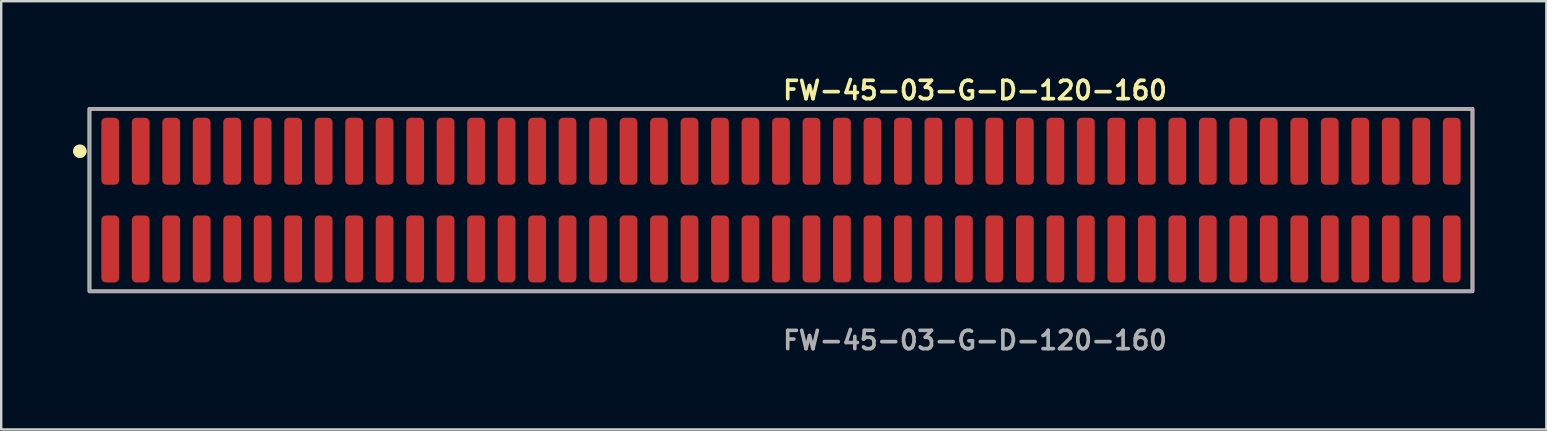
<source format=kicad_pcb>
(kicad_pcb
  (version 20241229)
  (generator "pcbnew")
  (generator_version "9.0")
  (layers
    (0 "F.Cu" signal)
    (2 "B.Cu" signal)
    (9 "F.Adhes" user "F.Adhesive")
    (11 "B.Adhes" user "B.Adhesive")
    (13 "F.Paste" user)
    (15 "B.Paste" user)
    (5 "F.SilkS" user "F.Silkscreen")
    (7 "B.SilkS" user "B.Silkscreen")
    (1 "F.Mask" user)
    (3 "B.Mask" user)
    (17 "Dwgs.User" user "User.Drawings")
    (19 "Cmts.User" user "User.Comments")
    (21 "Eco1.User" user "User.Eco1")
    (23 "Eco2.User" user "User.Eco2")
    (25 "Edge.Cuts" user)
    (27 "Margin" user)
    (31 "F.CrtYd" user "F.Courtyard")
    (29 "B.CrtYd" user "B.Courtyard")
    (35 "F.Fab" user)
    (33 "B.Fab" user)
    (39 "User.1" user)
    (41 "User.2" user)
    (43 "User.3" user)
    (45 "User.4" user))
  (footprint "FW-45-03-G-D-120-160"
    (layer "F.Cu")
    (at 29.481 5.285)
    (property "Reference" "FW-45-03-G-D-120-160" (at 0 -4.572 0) (unlocked yes) (layer "F.SilkS") (effects (font (size 0.762 0.762) (thickness 0.152)) (justify left)))
    (fp_rect (start -28.805 3.8) (end 28.805 -3.8) (stroke (width 0.152) (type solid)) (fill no) (layer "F.SilkS"))
    (fp_circle (center -29.205 -2.035) (end -29.405 -2.035) (stroke (width 0.152) (type solid)) (fill yes) (layer "F.SilkS"))
    (fp_circle (center -29.205 -2.035) (end -29.405 -2.035) (stroke (width 0.152) (type solid)) (fill yes) (layer "F.SilkS"))
    (fp_rect (start -28.805 3.8) (end 28.805 -3.8) (stroke (width 0.006) (type solid)) (fill no) (layer "F.CrtYd"))
    (fp_rect (start -28.805 3.8) (end 28.805 -3.8) (stroke (width 0.152) (type solid)) (fill no) (layer "F.Fab"))
    (fp_text user "${REFERENCE}" (at 0 5.842 0) (unlocked yes) (layer "F.Fab") (effects (font (size 0.762 0.762) (thickness 0.152)) (justify left)))
    (pad "1" smd roundrect (at -27.94 -2.035) (size 0.74 2.79) (layers "F.Cu" "F.Paste") (roundrect_rratio 0.25))
    (pad "2" smd roundrect (at -27.94 2.035) (size 0.74 2.79) (layers "F.Cu" "F.Paste") (roundrect_rratio 0.25))
    (pad "3" smd roundrect (at -26.67 -2.035) (size 0.74 2.79) (layers "F.Cu" "F.Paste") (roundrect_rratio 0.25))
    (pad "4" smd roundrect (at -26.67 2.035) (size 0.74 2.79) (layers "F.Cu" "F.Paste") (roundrect_rratio 0.25))
    (pad "5" smd roundrect (at -25.4 -2.035) (size 0.74 2.79) (layers "F.Cu" "F.Paste") (roundrect_rratio 0.25))
    (pad "6" smd roundrect (at -25.4 2.035) (size 0.74 2.79) (layers "F.Cu" "F.Paste") (roundrect_rratio 0.25))
    (pad "7" smd roundrect (at -24.13 -2.035) (size 0.74 2.79) (layers "F.Cu" "F.Paste") (roundrect_rratio 0.25))
    (pad "8" smd roundrect (at -24.13 2.035) (size 0.74 2.79) (layers "F.Cu" "F.Paste") (roundrect_rratio 0.25))
    (pad "9" smd roundrect (at -22.86 -2.035) (size 0.74 2.79) (layers "F.Cu" "F.Paste") (roundrect_rratio 0.25))
    (pad "10" smd roundrect (at -22.86 2.035) (size 0.74 2.79) (layers "F.Cu" "F.Paste") (roundrect_rratio 0.25))
    (pad "11" smd roundrect (at -21.59 -2.035) (size 0.74 2.79) (layers "F.Cu" "F.Paste") (roundrect_rratio 0.25))
    (pad "12" smd roundrect (at -21.59 2.035) (size 0.74 2.79) (layers "F.Cu" "F.Paste") (roundrect_rratio 0.25))
    (pad "13" smd roundrect (at -20.32 -2.035) (size 0.74 2.79) (layers "F.Cu" "F.Paste") (roundrect_rratio 0.25))
    (pad "14" smd roundrect (at -20.32 2.035) (size 0.74 2.79) (layers "F.Cu" "F.Paste") (roundrect_rratio 0.25))
    (pad "15" smd roundrect (at -19.05 -2.035) (size 0.74 2.79) (layers "F.Cu" "F.Paste") (roundrect_rratio 0.25))
    (pad "16" smd roundrect (at -19.05 2.035) (size 0.74 2.79) (layers "F.Cu" "F.Paste") (roundrect_rratio 0.25))
    (pad "17" smd roundrect (at -17.78 -2.035) (size 0.74 2.79) (layers "F.Cu" "F.Paste") (roundrect_rratio 0.25))
    (pad "18" smd roundrect (at -17.78 2.035) (size 0.74 2.79) (layers "F.Cu" "F.Paste") (roundrect_rratio 0.25))
    (pad "19" smd roundrect (at -16.51 -2.035) (size 0.74 2.79) (layers "F.Cu" "F.Paste") (roundrect_rratio 0.25))
    (pad "20" smd roundrect (at -16.51 2.035) (size 0.74 2.79) (layers "F.Cu" "F.Paste") (roundrect_rratio 0.25))
    (pad "21" smd roundrect (at -15.24 -2.035) (size 0.74 2.79) (layers "F.Cu" "F.Paste") (roundrect_rratio 0.25))
    (pad "22" smd roundrect (at -15.24 2.035) (size 0.74 2.79) (layers "F.Cu" "F.Paste") (roundrect_rratio 0.25))
    (pad "23" smd roundrect (at -13.97 -2.035) (size 0.74 2.79) (layers "F.Cu" "F.Paste") (roundrect_rratio 0.25))
    (pad "24" smd roundrect (at -13.97 2.035) (size 0.74 2.79) (layers "F.Cu" "F.Paste") (roundrect_rratio 0.25))
    (pad "25" smd roundrect (at -12.7 -2.035) (size 0.74 2.79) (layers "F.Cu" "F.Paste") (roundrect_rratio 0.25))
    (pad "26" smd roundrect (at -12.7 2.035) (size 0.74 2.79) (layers "F.Cu" "F.Paste") (roundrect_rratio 0.25))
    (pad "27" smd roundrect (at -11.43 -2.035) (size 0.74 2.79) (layers "F.Cu" "F.Paste") (roundrect_rratio 0.25))
    (pad "28" smd roundrect (at -11.43 2.035) (size 0.74 2.79) (layers "F.Cu" "F.Paste") (roundrect_rratio 0.25))
    (pad "29" smd roundrect (at -10.16 -2.035) (size 0.74 2.79) (layers "F.Cu" "F.Paste") (roundrect_rratio 0.25))
    (pad "30" smd roundrect (at -10.16 2.035) (size 0.74 2.79) (layers "F.Cu" "F.Paste") (roundrect_rratio 0.25))
    (pad "31" smd roundrect (at -8.89 -2.035) (size 0.74 2.79) (layers "F.Cu" "F.Paste") (roundrect_rratio 0.25))
    (pad "32" smd roundrect (at -8.89 2.035) (size 0.74 2.79) (layers "F.Cu" "F.Paste") (roundrect_rratio 0.25))
    (pad "33" smd roundrect (at -7.62 -2.035) (size 0.74 2.79) (layers "F.Cu" "F.Paste") (roundrect_rratio 0.25))
    (pad "34" smd roundrect (at -7.62 2.035) (size 0.74 2.79) (layers "F.Cu" "F.Paste") (roundrect_rratio 0.25))
    (pad "35" smd roundrect (at -6.35 -2.035) (size 0.74 2.79) (layers "F.Cu" "F.Paste") (roundrect_rratio 0.25))
    (pad "36" smd roundrect (at -6.35 2.035) (size 0.74 2.79) (layers "F.Cu" "F.Paste") (roundrect_rratio 0.25))
    (pad "37" smd roundrect (at -5.08 -2.035) (size 0.74 2.79) (layers "F.Cu" "F.Paste") (roundrect_rratio 0.25))
    (pad "38" smd roundrect (at -5.08 2.035) (size 0.74 2.79) (layers "F.Cu" "F.Paste") (roundrect_rratio 0.25))
    (pad "39" smd roundrect (at -3.81 -2.035) (size 0.74 2.79) (layers "F.Cu" "F.Paste") (roundrect_rratio 0.25))
    (pad "40" smd roundrect (at -3.81 2.035) (size 0.74 2.79) (layers "F.Cu" "F.Paste") (roundrect_rratio 0.25))
    (pad "41" smd roundrect (at -2.54 -2.035) (size 0.74 2.79) (layers "F.Cu" "F.Paste") (roundrect_rratio 0.25))
    (pad "42" smd roundrect (at -2.54 2.035) (size 0.74 2.79) (layers "F.Cu" "F.Paste") (roundrect_rratio 0.25))
    (pad "43" smd roundrect (at -1.27 -2.035) (size 0.74 2.79) (layers "F.Cu" "F.Paste") (roundrect_rratio 0.25))
    (pad "44" smd roundrect (at -1.27 2.035) (size 0.74 2.79) (layers "F.Cu" "F.Paste") (roundrect_rratio 0.25))
    (pad "45" smd roundrect (at 0 -2.035) (size 0.74 2.79) (layers "F.Cu" "F.Paste") (roundrect_rratio 0.25))
    (pad "46" smd roundrect (at 0 2.035) (size 0.74 2.79) (layers "F.Cu" "F.Paste") (roundrect_rratio 0.25))
    (pad "47" smd roundrect (at 1.27 -2.035) (size 0.74 2.79) (layers "F.Cu" "F.Paste") (roundrect_rratio 0.25))
    (pad "48" smd roundrect (at 1.27 2.035) (size 0.74 2.79) (layers "F.Cu" "F.Paste") (roundrect_rratio 0.25))
    (pad "49" smd roundrect (at 2.54 -2.035) (size 0.74 2.79) (layers "F.Cu" "F.Paste") (roundrect_rratio 0.25))
    (pad "50" smd roundrect (at 2.54 2.035) (size 0.74 2.79) (layers "F.Cu" "F.Paste") (roundrect_rratio 0.25))
    (pad "51" smd roundrect (at 3.81 -2.035) (size 0.74 2.79) (layers "F.Cu" "F.Paste") (roundrect_rratio 0.25))
    (pad "52" smd roundrect (at 3.81 2.035) (size 0.74 2.79) (layers "F.Cu" "F.Paste") (roundrect_rratio 0.25))
    (pad "53" smd roundrect (at 5.08 -2.035) (size 0.74 2.79) (layers "F.Cu" "F.Paste") (roundrect_rratio 0.25))
    (pad "54" smd roundrect (at 5.08 2.035) (size 0.74 2.79) (layers "F.Cu" "F.Paste") (roundrect_rratio 0.25))
    (pad "55" smd roundrect (at 6.35 -2.035) (size 0.74 2.79) (layers "F.Cu" "F.Paste") (roundrect_rratio 0.25))
    (pad "56" smd roundrect (at 6.35 2.035) (size 0.74 2.79) (layers "F.Cu" "F.Paste") (roundrect_rratio 0.25))
    (pad "57" smd roundrect (at 7.62 -2.035) (size 0.74 2.79) (layers "F.Cu" "F.Paste") (roundrect_rratio 0.25))
    (pad "58" smd roundrect (at 7.62 2.035) (size 0.74 2.79) (layers "F.Cu" "F.Paste") (roundrect_rratio 0.25))
    (pad "59" smd roundrect (at 8.89 -2.035) (size 0.74 2.79) (layers "F.Cu" "F.Paste") (roundrect_rratio 0.25))
    (pad "60" smd roundrect (at 8.89 2.035) (size 0.74 2.79) (layers "F.Cu" "F.Paste") (roundrect_rratio 0.25))
    (pad "61" smd roundrect (at 10.16 -2.035) (size 0.74 2.79) (layers "F.Cu" "F.Paste") (roundrect_rratio 0.25))
    (pad "62" smd roundrect (at 10.16 2.035) (size 0.74 2.79) (layers "F.Cu" "F.Paste") (roundrect_rratio 0.25))
    (pad "63" smd roundrect (at 11.43 -2.035) (size 0.74 2.79) (layers "F.Cu" "F.Paste") (roundrect_rratio 0.25))
    (pad "64" smd roundrect (at 11.43 2.035) (size 0.74 2.79) (layers "F.Cu" "F.Paste") (roundrect_rratio 0.25))
    (pad "65" smd roundrect (at 12.7 -2.035) (size 0.74 2.79) (layers "F.Cu" "F.Paste") (roundrect_rratio 0.25))
    (pad "66" smd roundrect (at 12.7 2.035) (size 0.74 2.79) (layers "F.Cu" "F.Paste") (roundrect_rratio 0.25))
    (pad "67" smd roundrect (at 13.97 -2.035) (size 0.74 2.79) (layers "F.Cu" "F.Paste") (roundrect_rratio 0.25))
    (pad "68" smd roundrect (at 13.97 2.035) (size 0.74 2.79) (layers "F.Cu" "F.Paste") (roundrect_rratio 0.25))
    (pad "69" smd roundrect (at 15.24 -2.035) (size 0.74 2.79) (layers "F.Cu" "F.Paste") (roundrect_rratio 0.25))
    (pad "70" smd roundrect (at 15.24 2.035) (size 0.74 2.79) (layers "F.Cu" "F.Paste") (roundrect_rratio 0.25))
    (pad "71" smd roundrect (at 16.51 -2.035) (size 0.74 2.79) (layers "F.Cu" "F.Paste") (roundrect_rratio 0.25))
    (pad "72" smd roundrect (at 16.51 2.035) (size 0.74 2.79) (layers "F.Cu" "F.Paste") (roundrect_rratio 0.25))
    (pad "73" smd roundrect (at 17.78 -2.035) (size 0.74 2.79) (layers "F.Cu" "F.Paste") (roundrect_rratio 0.25))
    (pad "74" smd roundrect (at 17.78 2.035) (size 0.74 2.79) (layers "F.Cu" "F.Paste") (roundrect_rratio 0.25))
    (pad "75" smd roundrect (at 19.05 -2.035) (size 0.74 2.79) (layers "F.Cu" "F.Paste") (roundrect_rratio 0.25))
    (pad "76" smd roundrect (at 19.05 2.035) (size 0.74 2.79) (layers "F.Cu" "F.Paste") (roundrect_rratio 0.25))
    (pad "77" smd roundrect (at 20.32 -2.035) (size 0.74 2.79) (layers "F.Cu" "F.Paste") (roundrect_rratio 0.25))
    (pad "78" smd roundrect (at 20.32 2.035) (size 0.74 2.79) (layers "F.Cu" "F.Paste") (roundrect_rratio 0.25))
    (pad "79" smd roundrect (at 21.59 -2.035) (size 0.74 2.79) (layers "F.Cu" "F.Paste") (roundrect_rratio 0.25))
    (pad "80" smd roundrect (at 21.59 2.035) (size 0.74 2.79) (layers "F.Cu" "F.Paste") (roundrect_rratio 0.25))
    (pad "81" smd roundrect (at 22.86 -2.035) (size 0.74 2.79) (layers "F.Cu" "F.Paste") (roundrect_rratio 0.25))
    (pad "82" smd roundrect (at 22.86 2.035) (size 0.74 2.79) (layers "F.Cu" "F.Paste") (roundrect_rratio 0.25))
    (pad "83" smd roundrect (at 24.13 -2.035) (size 0.74 2.79) (layers "F.Cu" "F.Paste") (roundrect_rratio 0.25))
    (pad "84" smd roundrect (at 24.13 2.035) (size 0.74 2.79) (layers "F.Cu" "F.Paste") (roundrect_rratio 0.25))
    (pad "85" smd roundrect (at 25.4 -2.035) (size 0.74 2.79) (layers "F.Cu" "F.Paste") (roundrect_rratio 0.25))
    (pad "86" smd roundrect (at 25.4 2.035) (size 0.74 2.79) (layers "F.Cu" "F.Paste") (roundrect_rratio 0.25))
    (pad "87" smd roundrect (at 26.67 -2.035) (size 0.74 2.79) (layers "F.Cu" "F.Paste") (roundrect_rratio 0.25))
    (pad "88" smd roundrect (at 26.67 2.035) (size 0.74 2.79) (layers "F.Cu" "F.Paste") (roundrect_rratio 0.25))
    (pad "89" smd roundrect (at 27.94 -2.035) (size 0.74 2.79) (layers "F.Cu" "F.Paste") (roundrect_rratio 0.25))
    (pad "90" smd roundrect (at 27.94 2.035) (size 0.74 2.79) (layers "F.Cu" "F.Paste") (roundrect_rratio 0.25)))
  (gr_rect
    (start -3 -3)
    (end 61.362 14.84)
    (stroke (width 0.1) (type default))
    (fill no)
    (layer "Edge.Cuts")))
</source>
